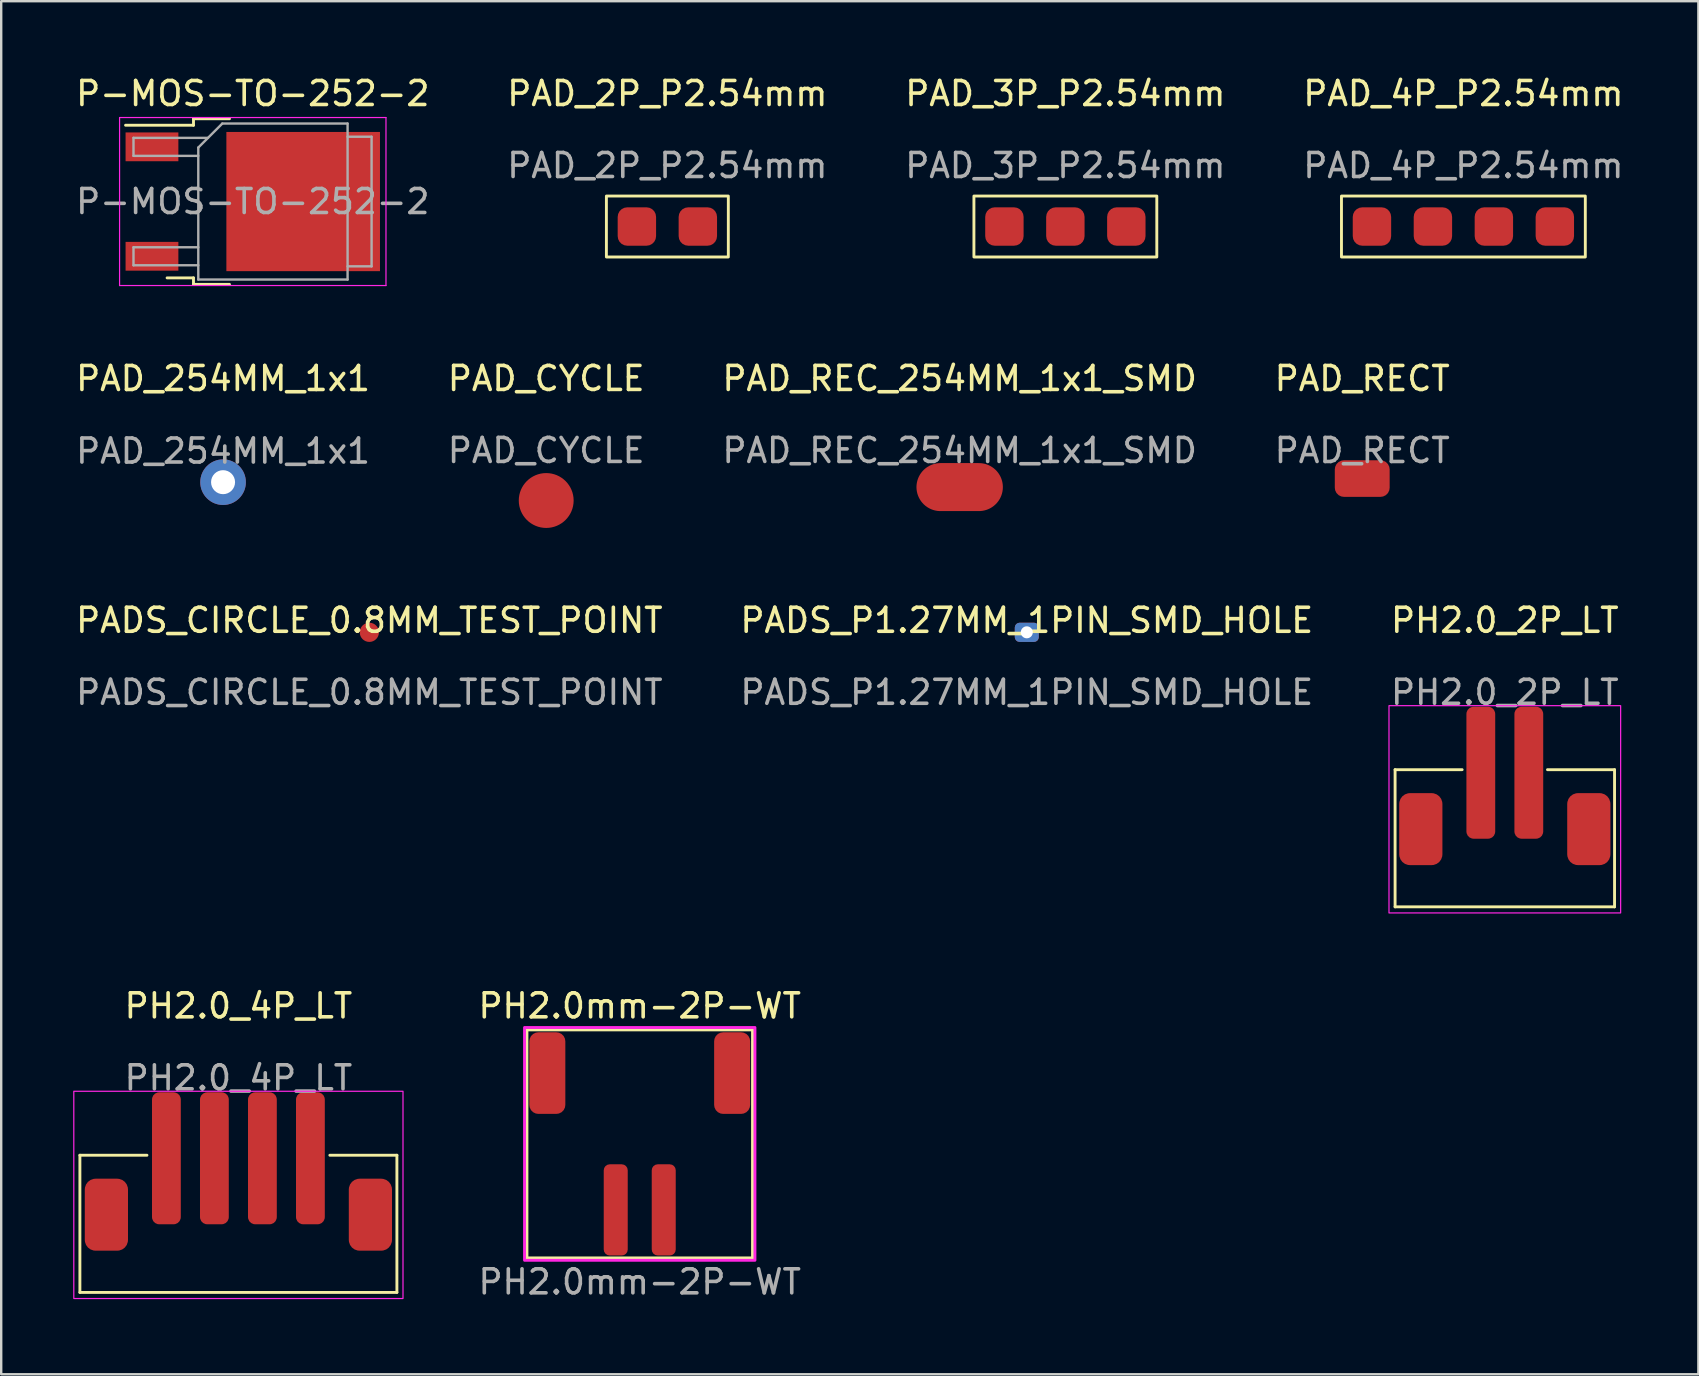
<source format=kicad_pcb>
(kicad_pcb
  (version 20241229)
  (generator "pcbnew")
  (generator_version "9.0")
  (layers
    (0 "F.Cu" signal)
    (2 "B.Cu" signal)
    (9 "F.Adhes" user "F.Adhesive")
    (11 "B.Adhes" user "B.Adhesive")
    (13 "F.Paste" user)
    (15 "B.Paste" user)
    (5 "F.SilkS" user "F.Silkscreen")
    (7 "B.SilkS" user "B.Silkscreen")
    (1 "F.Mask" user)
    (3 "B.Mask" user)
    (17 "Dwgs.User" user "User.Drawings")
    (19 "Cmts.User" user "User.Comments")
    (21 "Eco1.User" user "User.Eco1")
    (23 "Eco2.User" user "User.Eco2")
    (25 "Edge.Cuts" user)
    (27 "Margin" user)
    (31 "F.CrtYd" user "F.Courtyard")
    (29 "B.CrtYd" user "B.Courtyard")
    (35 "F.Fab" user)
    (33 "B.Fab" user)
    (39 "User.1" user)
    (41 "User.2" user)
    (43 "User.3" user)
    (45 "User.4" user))
  (footprint "PH2.0_2P_LT"
    (layer "F.Cu")
    (at 59.649 29.146)
    (property "Reference" "PH2.0_2P_LT" (at 0 -6.35 0) (unlocked yes) (layer "F.SilkS") (effects (font (size 1 1) (thickness 0.15))))
    (attr smd)
    (fp_line (start -4.572 -0.127) (end -4.572 5.588) (stroke (width 0.12) (type solid)) (layer "F.SilkS"))
    (fp_line (start -4.572 5.588) (end 4.572 5.588) (stroke (width 0.12) (type solid)) (layer "F.SilkS"))
    (fp_line (start -1.778 -0.127) (end -4.572 -0.127) (stroke (width 0.12) (type solid)) (layer "F.SilkS"))
    (fp_line (start 4.572 -0.127) (end 1.778 -0.127) (stroke (width 0.12) (type solid)) (layer "F.SilkS"))
    (fp_line (start 4.572 5.588) (end 4.572 -0.127) (stroke (width 0.12) (type solid)) (layer "F.SilkS"))
    (fp_rect (start -4.826 -2.794) (end 4.826 5.842) (stroke (width 0.05) (type solid)) (fill no) (layer "F.CrtYd"))
    (fp_text user "${REFERENCE}" (at 0 -3.35 0) (unlocked yes) (layer "F.Fab") (effects (font (size 1 1) (thickness 0.15))))
    (pad "0" smd roundrect (at -3.5 2.35) (size 1.8 3) (layers "F.Cu" "F.Mask" "F.Paste") (roundrect_rratio 0.25))
    (pad "0" smd roundrect (at 3.5 2.35) (size 1.8 3) (layers "F.Cu" "F.Mask" "F.Paste") (roundrect_rratio 0.25))
    (pad "1" smd roundrect (at -1 0) (size 1.2 5.5) (layers "F.Cu" "F.Mask" "F.Paste") (roundrect_rratio 0.25))
    (pad "2" smd roundrect (at 1 0) (size 1.2 5.5) (layers "F.Cu" "F.Mask" "F.Paste") (roundrect_rratio 0.25)))
  (footprint "PAD_REC_254MM_1x1_SMD"
    (layer "F.Cu")
    (at 36.935 17.245)
    (property "Reference" "PAD_REC_254MM_1x1_SMD" (at 0 -4.524 0) (unlocked yes) (layer "F.SilkS") (effects (font (size 1 1) (thickness 0.15))))
    (attr smd)
    (fp_text user "${REFERENCE}" (at 0 -1.524 0) (unlocked yes) (layer "F.Fab") (effects (font (size 1 1) (thickness 0.15))))
    (pad "1" smd oval (at 0 0) (size 3.6 2) (layers "F.Cu" "F.Mask" "F.Paste")))
  (footprint "PH2.0_4P_LT"
    (layer "F.Cu")
    (at 6.883 45.211)
    (property "Reference" "PH2.0_4P_LT" (at 0 -6.35 0) (unlocked yes) (layer "F.SilkS") (effects (font (size 1 1) (thickness 0.15))))
    (attr smd)
    (fp_line (start -6.604 -0.127) (end -6.604 5.588) (stroke (width 0.12) (type solid)) (layer "F.SilkS"))
    (fp_line (start -6.604 5.588) (end 6.604 5.588) (stroke (width 0.12) (type solid)) (layer "F.SilkS"))
    (fp_line (start -3.81 -0.127) (end -6.604 -0.127) (stroke (width 0.12) (type solid)) (layer "F.SilkS"))
    (fp_line (start 6.604 -0.127) (end 3.81 -0.127) (stroke (width 0.12) (type solid)) (layer "F.SilkS"))
    (fp_line (start 6.604 5.588) (end 6.604 -0.127) (stroke (width 0.12) (type solid)) (layer "F.SilkS"))
    (fp_rect (start -6.858 -2.794) (end 6.858 5.842) (stroke (width 0.05) (type solid)) (fill no) (layer "F.CrtYd"))
    (fp_text user "${REFERENCE}" (at 0 -3.35 0) (unlocked yes) (layer "F.Fab") (effects (font (size 1 1) (thickness 0.15))))
    (pad "0" smd roundrect (at -5.5 2.35) (size 1.8 3) (layers "F.Cu" "F.Mask" "F.Paste") (roundrect_rratio 0.25))
    (pad "0" smd roundrect (at 5.5 2.35) (size 1.8 3) (layers "F.Cu" "F.Mask" "F.Paste") (roundrect_rratio 0.25))
    (pad "1" smd roundrect (at -3 0) (size 1.2 5.5) (layers "F.Cu" "F.Mask" "F.Paste") (roundrect_rratio 0.25))
    (pad "2" smd roundrect (at -1 0) (size 1.2 5.5) (layers "F.Cu" "F.Mask" "F.Paste") (roundrect_rratio 0.25))
    (pad "3" smd roundrect (at 1 0) (size 1.2 5.5) (layers "F.Cu" "F.Mask" "F.Paste") (roundrect_rratio 0.25))
    (pad "4" smd roundrect (at 3 0) (size 1.2 5.5) (layers "F.Cu" "F.Mask" "F.Paste") (roundrect_rratio 0.25)))
  (footprint "PAD_2P_P2.54mm"
    (layer "F.Cu")
    (at 23.486 6.388)
    (property "Reference" "PAD_2P_P2.54mm" (at 1.27 -5.54 0) (unlocked yes) (layer "F.SilkS") (effects (font (size 1 1) (thickness 0.15))))
    (attr smd)
    (fp_rect (start -1.27 -1.27) (end 3.81 1.27) (stroke (width 0.12) (type default)) (fill no) (layer "F.SilkS"))
    (fp_text user "${REFERENCE}" (at 1.27 -2.54 0) (unlocked yes) (layer "F.Fab") (effects (font (size 1 1) (thickness 0.15))))
    (pad "1" smd roundrect (at 0 0) (size 1.6 1.6) (layers "F.Cu" "F.Mask" "F.Paste") (roundrect_rratio 0.25))
    (pad "2" smd roundrect (at 2.54 0) (size 1.6 1.6) (layers "F.Cu" "F.Mask" "F.Paste") (roundrect_rratio 0.25)))
  (footprint "PH2.0mm-2P-WT"
    (layer "F.Cu")
    (at 23.605 47.361)
    (property "Reference" "PH2.0mm-2P-WT" (at 0 -8.5 0) (unlocked yes) (layer "F.SilkS") (effects (font (size 1 1) (thickness 0.15))))
    (attr smd)
    (fp_line (start -4.7 -7.5) (end 4.7 -7.5) (stroke (width 0.12) (type solid)) (layer "F.SilkS"))
    (fp_line (start -4.7 2) (end -4.7 -7.5) (stroke (width 0.12) (type solid)) (layer "F.SilkS"))
    (fp_line (start 4.7 -7.5) (end 4.7 2) (stroke (width 0.12) (type solid)) (layer "F.SilkS"))
    (fp_line (start 4.7 2) (end -4.7 2) (stroke (width 0.12) (type solid)) (layer "F.SilkS"))
    (fp_rect (start -4.8 -7.6) (end 4.8 2.1) (stroke (width 0.12) (type solid)) (fill no) (layer "F.CrtYd"))
    (fp_text user "${REFERENCE}" (at 0 3 0) (unlocked yes) (layer "F.Fab") (effects (font (size 1 1) (thickness 0.15))))
    (pad "0" smd roundrect (at -3.85 -5.7) (size 1.5 3.4) (layers "F.Cu" "F.Mask" "F.Paste") (roundrect_rratio 0.25))
    (pad "0" smd roundrect (at 3.85 -5.7) (size 1.5 3.4) (layers "F.Cu" "F.Mask" "F.Paste") (roundrect_rratio 0.25))
    (pad "1" smd roundrect (at -1 0) (size 1 3.8) (layers "F.Cu" "F.Mask" "F.Paste") (roundrect_rratio 0.25))
    (pad "2" smd roundrect (at 1 0) (size 1 3.8) (layers "F.Cu" "F.Mask" "F.Paste") (roundrect_rratio 0.25)))
  (footprint "P-MOS-TO-252-2"
    (layer "F.Cu")
    (at 7.482 5.348)
    (property "Reference" "P-MOS-TO-252-2" (at 0 -4.5 0) (layer "F.SilkS") (effects (font (size 1 1) (thickness 0.15))))
    (attr smd)
    (fp_line (start -2.47 -3.45) (end -2.47 -3.18) (stroke (width 0.12) (type solid)) (layer "F.SilkS"))
    (fp_line (start -2.47 -3.18) (end -5.3 -3.18) (stroke (width 0.12) (type solid)) (layer "F.SilkS"))
    (fp_line (start -2.47 3.18) (end -3.57 3.18) (stroke (width 0.12) (type solid)) (layer "F.SilkS"))
    (fp_line (start -2.47 3.45) (end -2.47 3.18) (stroke (width 0.12) (type solid)) (layer "F.SilkS"))
    (fp_line (start -0.97 -3.45) (end -2.47 -3.45) (stroke (width 0.12) (type solid)) (layer "F.SilkS"))
    (fp_line (start -0.97 3.45) (end -2.47 3.45) (stroke (width 0.12) (type solid)) (layer "F.SilkS"))
    (fp_line (start -5.55 -3.5) (end -5.55 3.5) (stroke (width 0.05) (type solid)) (layer "F.CrtYd"))
    (fp_line (start -5.55 3.5) (end 5.55 3.5) (stroke (width 0.05) (type solid)) (layer "F.CrtYd"))
    (fp_line (start 5.55 -3.5) (end -5.55 -3.5) (stroke (width 0.05) (type solid)) (layer "F.CrtYd"))
    (fp_line (start 5.55 3.5) (end 5.55 -3.5) (stroke (width 0.05) (type solid)) (layer "F.CrtYd"))
    (fp_line (start -4.97 -2.655) (end -4.97 -1.905) (stroke (width 0.1) (type solid)) (layer "F.Fab"))
    (fp_line (start -4.97 -1.905) (end -2.27 -1.905) (stroke (width 0.1) (type solid)) (layer "F.Fab"))
    (fp_line (start -4.97 1.905) (end -4.97 2.655) (stroke (width 0.1) (type solid)) (layer "F.Fab"))
    (fp_line (start -4.97 2.655) (end -2.27 2.655) (stroke (width 0.1) (type solid)) (layer "F.Fab"))
    (fp_line (start -2.27 -2.25) (end -1.27 -3.25) (stroke (width 0.1) (type solid)) (layer "F.Fab"))
    (fp_line (start -2.27 1.905) (end -4.97 1.905) (stroke (width 0.1) (type solid)) (layer "F.Fab"))
    (fp_line (start -2.27 3.25) (end -2.27 -2.25) (stroke (width 0.1) (type solid)) (layer "F.Fab"))
    (fp_line (start -1.865 -2.655) (end -4.97 -2.655) (stroke (width 0.1) (type solid)) (layer "F.Fab"))
    (fp_line (start -1.27 -3.25) (end 3.95 -3.25) (stroke (width 0.1) (type solid)) (layer "F.Fab"))
    (fp_line (start 3.95 -3.25) (end 3.95 3.25) (stroke (width 0.1) (type solid)) (layer "F.Fab"))
    (fp_line (start 3.95 -2.7) (end 4.95 -2.7) (stroke (width 0.1) (type solid)) (layer "F.Fab"))
    (fp_line (start 3.95 3.25) (end -2.27 3.25) (stroke (width 0.1) (type solid)) (layer "F.Fab"))
    (fp_line (start 4.95 -2.7) (end 4.95 2.7) (stroke (width 0.1) (type solid)) (layer "F.Fab"))
    (fp_line (start 4.95 2.7) (end 3.95 2.7) (stroke (width 0.1) (type solid)) (layer "F.Fab"))
    (fp_text user "${REFERENCE}" (at 0 0 0) (layer "F.Fab") (effects (font (size 1 1) (thickness 0.15))))
    (pad "" smd rect (at 0.425 -1.525) (size 3.05 2.75) (layers "F.Paste"))
    (pad "" smd rect (at 0.425 1.525) (size 3.05 2.75) (layers "F.Paste"))
    (pad "" smd rect (at 3.775 -1.525) (size 3.05 2.75) (layers "F.Paste"))
    (pad "" smd rect (at 3.775 1.525) (size 3.05 2.75) (layers "F.Paste"))
    (pad "D" smd rect (at 2.1 0) (size 6.4 5.8) (layers "F.Cu" "F.Mask"))
    (pad "G" smd rect (at -4.2 -2.28) (size 2.2 1.2) (layers "F.Cu" "F.Mask" "F.Paste"))
    (pad "S" smd rect (at -4.2 2.28) (size 2.2 1.2) (layers "F.Cu" "F.Mask" "F.Paste")))
  (footprint "PAD_4P_P2.54mm"
    (layer "F.Cu")
    (at 54.113 6.388)
    (property "Reference" "PAD_4P_P2.54mm" (at 3.81 -5.54 0) (unlocked yes) (layer "F.SilkS") (effects (font (size 1 1) (thickness 0.15))))
    (attr smd)
    (fp_rect (start -1.27 -1.27) (end 8.89 1.27) (stroke (width 0.12) (type default)) (fill no) (layer "F.SilkS"))
    (fp_text user "${REFERENCE}" (at 3.81 -2.54 0) (unlocked yes) (layer "F.Fab") (effects (font (size 1 1) (thickness 0.15))))
    (pad "1" smd roundrect (at 0 0) (size 1.6 1.6) (layers "F.Cu" "F.Mask" "F.Paste") (roundrect_rratio 0.25))
    (pad "2" smd roundrect (at 2.54 0) (size 1.6 1.6) (layers "F.Cu" "F.Mask" "F.Paste") (roundrect_rratio 0.25))
    (pad "3" smd roundrect (at 5.08 0) (size 1.6 1.6) (layers "F.Cu" "F.Mask" "F.Paste") (roundrect_rratio 0.25))
    (pad "4" smd roundrect (at 7.62 0) (size 1.6 1.6) (layers "F.Cu" "F.Mask" "F.Paste") (roundrect_rratio 0.25)))
  (footprint "PADS_P1.27MM_1PIN_SMD_HOLE"
    (layer "F.Cu")
    (at 39.732 23.296)
    (property "Reference" "PADS_P1.27MM_1PIN_SMD_HOLE" (at 0 -0.5 0) (unlocked yes) (layer "F.SilkS") (effects (font (size 1 1) (thickness 0.15))))
    (attr through_hole)
    (fp_text user "${REFERENCE}" (at 0 2.5 0) (unlocked yes) (layer "F.Fab") (effects (font (size 1 1) (thickness 0.15))))
    (pad "1" thru_hole roundrect (at 0 0) (size 1 0.8) (drill 0.5) (layers "*.Cu" "*.Mask") (roundrect_rratio 0.25)))
  (footprint "PAD_RECT"
    (layer "F.Cu")
    (at 53.708 16.89)
    (property "Reference" "PAD_RECT" (at 0 -4.168 0) (unlocked yes) (layer "F.SilkS") (effects (font (size 1 1) (thickness 0.15))))
    (attr smd)
    (fp_text user "${REFERENCE}" (at 0 -1.168 0) (unlocked yes) (layer "F.Fab") (effects (font (size 1 1) (thickness 0.15))))
    (pad "1" smd roundrect (at 0 0) (size 2.286 1.524) (layers "F.Cu" "F.Mask" "F.Paste") (roundrect_rratio 0.25)))
  (footprint "PAD_254MM_1x1"
    (layer "F.Cu")
    (at 6.244 17.04)
    (property "Reference" "PAD_254MM_1x1" (at 0 -4.318 0) (unlocked yes) (layer "F.SilkS") (effects (font (size 1 1) (thickness 0.15))))
    (attr through_hole)
    (fp_text user "${REFERENCE}" (at 0 -1.294 0) (unlocked yes) (layer "F.Fab") (effects (font (size 1 1) (thickness 0.15))))
    (pad "1" thru_hole circle (at 0 0) (size 1.9 1.9) (drill 1) (layers "*.Cu" "*.Mask")))
  (footprint "PADS_CIRCLE_0.8MM_TEST_POINT"
    (layer "F.Cu")
    (at 12.339 23.296)
    (property "Reference" "PADS_CIRCLE_0.8MM_TEST_POINT" (at 0 -0.5 0) (unlocked yes) (layer "F.SilkS") (effects (font (size 1 1) (thickness 0.15))))
    (attr smd)
    (fp_text user "${REFERENCE}" (at 0 2.5 0) (unlocked yes) (layer "F.Fab") (effects (font (size 1 1) (thickness 0.15))))
    (pad "1" smd circle (at 0 0) (size 0.8 0.8) (layers "F.Cu" "F.Mask" "F.Paste")))
  (footprint "PAD_CYCLE"
    (layer "F.Cu")
    (at 19.708 17.804)
    (property "Reference" "PAD_CYCLE" (at 0 -5.083 0) (unlocked yes) (layer "F.SilkS") (effects (font (size 1 1) (thickness 0.15))))
    (attr smd)
    (fp_text user "${REFERENCE}" (at 0 -2.083 0) (unlocked yes) (layer "F.Fab") (effects (font (size 1 1) (thickness 0.15))))
    (pad "1" smd circle (at 0 0) (size 2.286 2.286) (layers "F.Cu" "F.Mask" "F.Paste")))
  (footprint "PAD_3P_P2.54mm"
    (layer "F.Cu")
    (at 38.799 6.388)
    (property "Reference" "PAD_3P_P2.54mm" (at 2.54 -5.54 0) (unlocked yes) (layer "F.SilkS") (effects (font (size 1 1) (thickness 0.15))))
    (attr smd)
    (fp_rect (start -1.27 -1.27) (end 6.35 1.27) (stroke (width 0.12) (type default)) (fill no) (layer "F.SilkS"))
    (fp_text user "${REFERENCE}" (at 2.54 -2.54 0) (unlocked yes) (layer "F.Fab") (effects (font (size 1 1) (thickness 0.15))))
    (pad "1" smd roundrect (at 0 0) (size 1.6 1.6) (layers "F.Cu" "F.Mask" "F.Paste") (roundrect_rratio 0.25))
    (pad "2" smd roundrect (at 2.54 0) (size 1.6 1.6) (layers "F.Cu" "F.Mask" "F.Paste") (roundrect_rratio 0.25))
    (pad "3" smd roundrect (at 5.08 0) (size 1.6 1.6) (layers "F.Cu" "F.Mask" "F.Paste") (roundrect_rratio 0.25)))
  (gr_rect
    (start -3 -3)
    (end 67.714 54.209)
    (stroke (width 0.1) (type default))
    (fill no)
    (layer "Edge.Cuts")))
</source>
